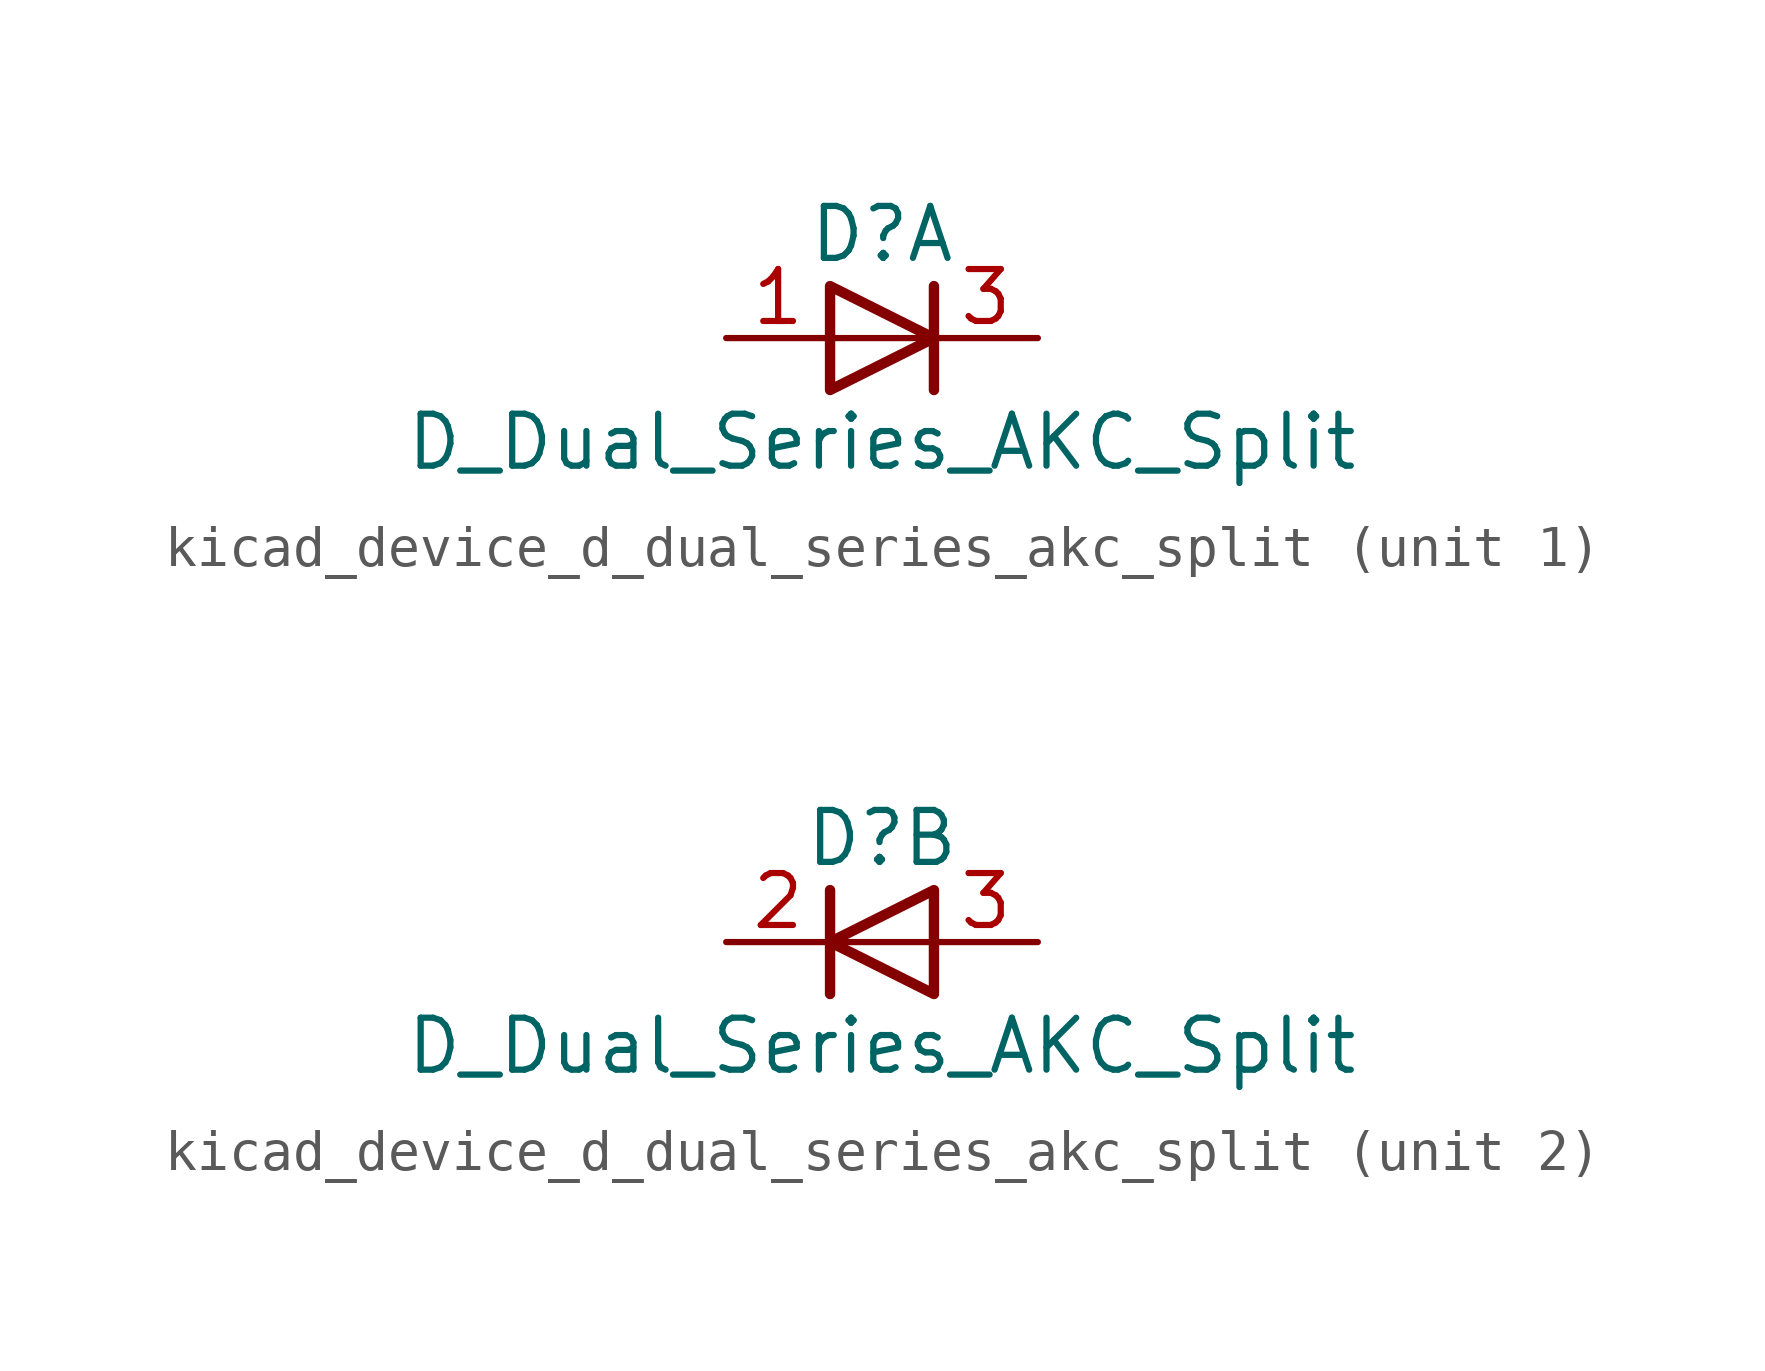
<source format=kicad_sym>
(kicad_symbol_lib
  (version 20220914)
  (generator kicad_symbol_editor)
  (symbol "kicad_device_d_dual_series_akc_split"
    (pin_names
      (offset 0.762) hide)
    (property "Reference" "D"
      (at 0 2.54 0)
      (effects (font (size 1.27 1.27))))
    (property "Value" "D_Dual_Series_AKC_Split"
      (at 0 -2.54 0)
      (effects (font (size 1.27 1.27))))
    (property "ki_locked" ""
      (at 0 0 0)
      (effects (font (size 1.27 1.27))))
    (symbol "kicad_device_d_dual_series_akc_split_0_1"
      (pin passive line (at 3.81 0 180) (length 2.54) (name "K" (effects (font (size 1.27 1.27)))) (number "3" (effects (font (size 1.27 1.27))))))
    (symbol "kicad_device_d_dual_series_akc_split_1_0"
      (polyline (pts (xy 1.27 1.27) (xy 1.27 -1.27)) (stroke (width 0.254) (type default)) (fill (type none))))
    (symbol "kicad_device_d_dual_series_akc_split_1_1"
      (polyline (pts (xy 1.27 0) (xy -1.27 0)) (stroke (width 0) (type default)) (fill (type none)))
      (polyline (pts (xy -1.27 1.27) (xy 1.27 0) (xy -1.27 -1.27) (xy -1.27 1.27) (xy -1.27 1.27) (xy -1.27 1.27)) (stroke (width 0.254) (type default)) (fill (type none)))
      (pin passive line (at -3.81 0 0) (length 2.54) (name "A" (effects (font (size 1.27 1.27)))) (number "1" (effects (font (size 1.27 1.27))))))
    (symbol "kicad_device_d_dual_series_akc_split_2_0"
      (polyline (pts (xy -1.27 1.27) (xy -1.27 -1.27)) (stroke (width 0.254) (type default)) (fill (type none))))
    (symbol "kicad_device_d_dual_series_akc_split_2_1"
      (polyline (pts (xy -1.27 0) (xy 1.27 0)) (stroke (width 0) (type default)) (fill (type none)))
      (polyline (pts (xy 1.27 1.27) (xy -1.27 0) (xy 1.27 -1.27) (xy 1.27 1.27) (xy 1.27 1.27) (xy 1.27 1.27)) (stroke (width 0.254) (type default)) (fill (type none)))
      (pin passive line (at -3.81 0 0) (length 2.54) (name "K" (effects (font (size 1.27 1.27)))) (number "2" (effects (font (size 1.27 1.27))))))))
</source>
